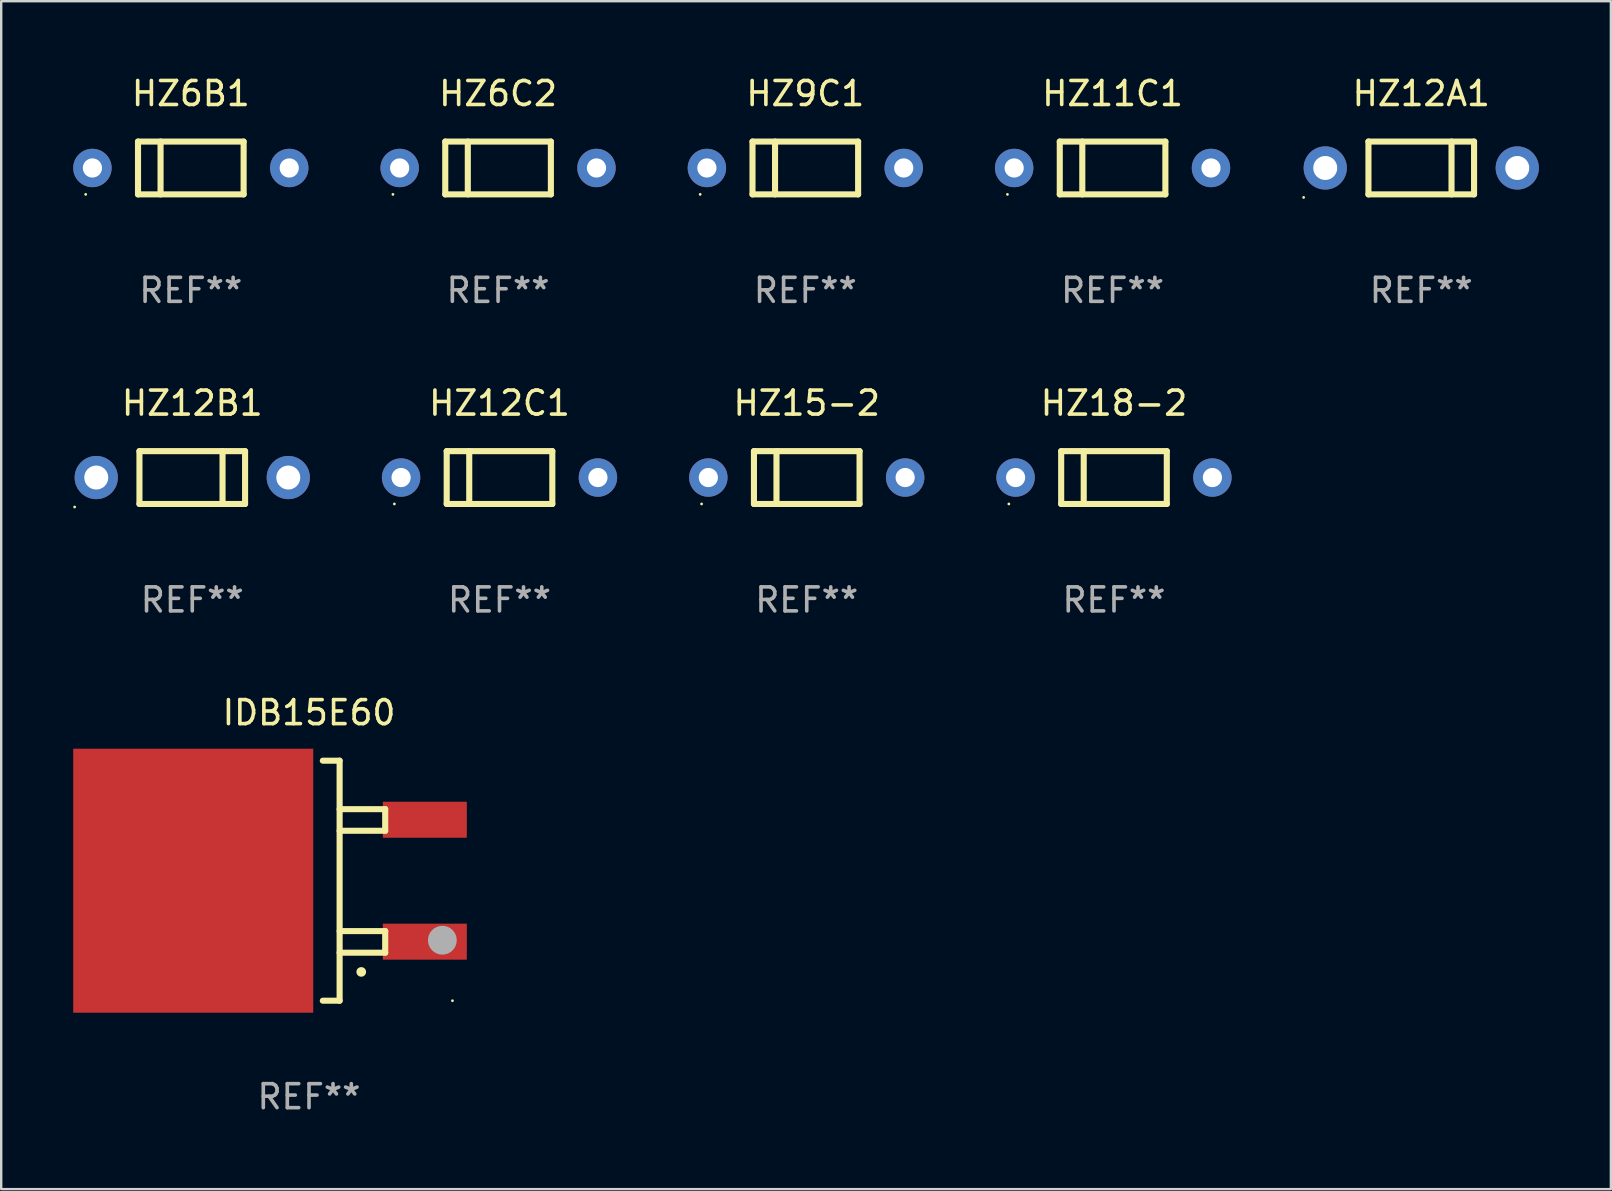
<source format=kicad_pcb>
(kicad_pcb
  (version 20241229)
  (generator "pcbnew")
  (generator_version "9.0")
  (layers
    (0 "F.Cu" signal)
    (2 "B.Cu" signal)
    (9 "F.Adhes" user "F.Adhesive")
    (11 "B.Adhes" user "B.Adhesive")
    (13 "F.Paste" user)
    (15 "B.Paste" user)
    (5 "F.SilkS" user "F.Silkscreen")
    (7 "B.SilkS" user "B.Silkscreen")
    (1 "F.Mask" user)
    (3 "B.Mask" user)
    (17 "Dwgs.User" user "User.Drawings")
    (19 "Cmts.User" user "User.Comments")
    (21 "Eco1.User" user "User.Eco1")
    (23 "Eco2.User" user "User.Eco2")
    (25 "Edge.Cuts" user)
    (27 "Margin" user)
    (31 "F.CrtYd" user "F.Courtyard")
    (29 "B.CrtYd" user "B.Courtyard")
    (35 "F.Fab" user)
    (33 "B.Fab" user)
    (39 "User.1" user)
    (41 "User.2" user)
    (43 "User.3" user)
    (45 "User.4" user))
  (footprint "IDB15E60"
    (layer "F.Cu")
    (at 9.824 33.641)
    (property "Reference" "IDB15E60" (at 0 -7 0) (layer "F.SilkS") (effects (font (size 1 1) (thickness 0.15))))
    (attr through_hole)
    (fp_line (start 0.575 -5) (end 1.275 -5) (stroke (width 0.254) (type solid)) (layer "F.SilkS"))
    (fp_line (start 1.275 -5) (end 1.275 5) (stroke (width 0.254) (type solid)) (layer "F.SilkS"))
    (fp_line (start 1.275 -2.08) (end 3.174 -2.08) (stroke (width 0.254) (type solid)) (layer "F.SilkS"))
    (fp_line (start 1.275 3) (end 3.174 3) (stroke (width 0.254) (type solid)) (layer "F.SilkS"))
    (fp_line (start 1.275 5) (end 0.575 5) (stroke (width 0.254) (type solid)) (layer "F.SilkS"))
    (fp_line (start 3.174 -2.98) (end 1.275 -2.98) (stroke (width 0.254) (type solid)) (layer "F.SilkS"))
    (fp_line (start 3.174 -2.08) (end 3.174 -2.98) (stroke (width 0.254) (type solid)) (layer "F.SilkS"))
    (fp_line (start 3.174 2.1) (end 1.275 2.1) (stroke (width 0.254) (type solid)) (layer "F.SilkS"))
    (fp_line (start 3.174 3) (end 3.174 2.1) (stroke (width 0.254) (type solid)) (layer "F.SilkS"))
    (fp_arc (start 2.174727 3.799835) (mid 2.175997 3.799831) (end 2.177267 3.799835) (stroke (width 0.4) (type solid)) (layer "F.SilkS"))
    (fp_circle (center 5.975 5) (end 6.005 5) (stroke (width 0.06) (type solid)) (fill no) (layer "F.SilkS"))
    (fp_circle (center 5.555 2.48) (end 5.855 2.48) (stroke (width 0.6) (type solid)) (fill no) (layer "F.Fab"))
    (fp_text user "REF**" (at 0 9 0) (layer "F.Fab") (effects (font (size 1 1) (thickness 0.15))))
    (pad "1" smd rect (at 4.824 2.54 270) (size 1.5 3.5) (layers "F.Cu" "F.Mask" "F.Paste"))
    (pad "3" smd rect (at 4.824 -2.54 270) (size 1.5 3.5) (layers "F.Cu" "F.Mask" "F.Paste"))
    (pad "4" smd rect (at -4.824 0.000089 270) (size 11 10) (layers "F.Cu" "F.Mask" "F.Paste")))
  (footprint "HZ12A1"
    (layer "F.Cu")
    (at 56.161 3.948)
    (property "Reference" "HZ12A1" (at 0 -3.1 0) (layer "F.SilkS") (effects (font (size 1 1) (thickness 0.15))))
    (attr through_hole)
    (fp_line (start -2.2 1.1) (end -2.2 -1.1) (stroke (width 0.254) (type solid)) (layer "F.SilkS"))
    (fp_line (start 1.261 1.1) (end 1.261 -1.1) (stroke (width 0.254) (type solid)) (layer "F.SilkS"))
    (fp_line (start 2.2 -1.1) (end -2.2 -1.1) (stroke (width 0.254) (type solid)) (layer "F.SilkS"))
    (fp_line (start 2.2 1.1) (end -2.2 1.1) (stroke (width 0.254) (type solid)) (layer "F.SilkS"))
    (fp_line (start 2.2 1.1) (end 2.2 -1.1) (stroke (width 0.254) (type solid)) (layer "F.SilkS"))
    (fp_circle (center -4.9 1.227) (end -4.87 1.227) (stroke (width 0.06) (type solid)) (fill no) (layer "F.SilkS"))
    (fp_text user "REF**" (at 0 5.1 0) (layer "F.Fab") (effects (font (size 1 1) (thickness 0.15))))
    (pad "1" thru_hole circle (at -4 0) (size 1.8 1.8) (drill 1) (layers "*.Cu" "*.Mask"))
    (pad "2" thru_hole circle (at 4 0) (size 1.8 1.8) (drill 1) (layers "*.Cu" "*.Mask")))
  (footprint "HZ18-2"
    (layer "F.Cu")
    (at 43.36 16.845)
    (property "Reference" "HZ18-2" (at 0 -3.1 0) (layer "F.SilkS") (effects (font (size 1 1) (thickness 0.15))))
    (attr through_hole)
    (fp_line (start -2.2 -1.1) (end -2.2 1.1) (stroke (width 0.254) (type solid)) (layer "F.SilkS"))
    (fp_line (start -2.2 -1.1) (end 2.2 -1.1) (stroke (width 0.254) (type solid)) (layer "F.SilkS"))
    (fp_line (start -2.2 1.1) (end 2.2 1.1) (stroke (width 0.254) (type solid)) (layer "F.SilkS"))
    (fp_line (start -1.261 -1.1) (end -1.261 1.1) (stroke (width 0.254) (type solid)) (layer "F.SilkS"))
    (fp_line (start 2.2 -1.1) (end 2.2 1.1) (stroke (width 0.254) (type solid)) (layer "F.SilkS"))
    (fp_circle (center -4.38 1.1) (end -4.35 1.1) (stroke (width 0.06) (type solid)) (fill no) (layer "F.SilkS"))
    (fp_text user "REF**" (at 0 5.1 0) (layer "F.Fab") (effects (font (size 1 1) (thickness 0.15))))
    (pad "1" thru_hole circle (at -4.1 0) (size 1.6 1.6) (drill 0.8) (layers "*.Cu" "*.Mask"))
    (pad "2" thru_hole circle (at 4.1 0) (size 1.6 1.6) (drill 0.8) (layers "*.Cu" "*.Mask")))
  (footprint "HZ6C2"
    (layer "F.Cu")
    (at 17.7 3.948)
    (property "Reference" "HZ6C2" (at 0 -3.1 0) (layer "F.SilkS") (effects (font (size 1 1) (thickness 0.15))))
    (attr through_hole)
    (fp_line (start -2.2 -1.1) (end -2.2 1.1) (stroke (width 0.254) (type solid)) (layer "F.SilkS"))
    (fp_line (start -2.2 -1.1) (end 2.2 -1.1) (stroke (width 0.254) (type solid)) (layer "F.SilkS"))
    (fp_line (start -2.2 1.1) (end 2.2 1.1) (stroke (width 0.254) (type solid)) (layer "F.SilkS"))
    (fp_line (start -1.261 -1.1) (end -1.261 1.1) (stroke (width 0.254) (type solid)) (layer "F.SilkS"))
    (fp_line (start 2.2 -1.1) (end 2.2 1.1) (stroke (width 0.254) (type solid)) (layer "F.SilkS"))
    (fp_circle (center -4.38 1.1) (end -4.35 1.1) (stroke (width 0.06) (type solid)) (fill no) (layer "F.SilkS"))
    (fp_text user "REF**" (at 0 5.1 0) (layer "F.Fab") (effects (font (size 1 1) (thickness 0.15))))
    (pad "1" thru_hole circle (at -4.1 0) (size 1.6 1.6) (drill 0.8) (layers "*.Cu" "*.Mask"))
    (pad "2" thru_hole circle (at 4.1 0) (size 1.6 1.6) (drill 0.8) (layers "*.Cu" "*.Mask")))
  (footprint "HZ12B1"
    (layer "F.Cu")
    (at 4.96 16.845)
    (property "Reference" "HZ12B1" (at 0 -3.1 0) (layer "F.SilkS") (effects (font (size 1 1) (thickness 0.15))))
    (attr through_hole)
    (fp_line (start -2.2 1.1) (end -2.2 -1.1) (stroke (width 0.254) (type solid)) (layer "F.SilkS"))
    (fp_line (start 1.261 1.1) (end 1.261 -1.1) (stroke (width 0.254) (type solid)) (layer "F.SilkS"))
    (fp_line (start 2.2 -1.1) (end -2.2 -1.1) (stroke (width 0.254) (type solid)) (layer "F.SilkS"))
    (fp_line (start 2.2 1.1) (end -2.2 1.1) (stroke (width 0.254) (type solid)) (layer "F.SilkS"))
    (fp_line (start 2.2 1.1) (end 2.2 -1.1) (stroke (width 0.254) (type solid)) (layer "F.SilkS"))
    (fp_circle (center -4.9 1.227) (end -4.87 1.227) (stroke (width 0.06) (type solid)) (fill no) (layer "F.SilkS"))
    (fp_text user "REF**" (at 0 5.1 0) (layer "F.Fab") (effects (font (size 1 1) (thickness 0.15))))
    (pad "1" thru_hole circle (at -4 0) (size 1.8 1.8) (drill 1) (layers "*.Cu" "*.Mask"))
    (pad "2" thru_hole circle (at 4 0) (size 1.8 1.8) (drill 1) (layers "*.Cu" "*.Mask")))
  (footprint "HZ6B1"
    (layer "F.Cu")
    (at 4.9 3.948)
    (property "Reference" "HZ6B1" (at 0 -3.1 0) (layer "F.SilkS") (effects (font (size 1 1) (thickness 0.15))))
    (attr through_hole)
    (fp_line (start -2.2 -1.1) (end -2.2 1.1) (stroke (width 0.254) (type solid)) (layer "F.SilkS"))
    (fp_line (start -2.2 -1.1) (end 2.2 -1.1) (stroke (width 0.254) (type solid)) (layer "F.SilkS"))
    (fp_line (start -2.2 1.1) (end 2.2 1.1) (stroke (width 0.254) (type solid)) (layer "F.SilkS"))
    (fp_line (start -1.261 -1.1) (end -1.261 1.1) (stroke (width 0.254) (type solid)) (layer "F.SilkS"))
    (fp_line (start 2.2 -1.1) (end 2.2 1.1) (stroke (width 0.254) (type solid)) (layer "F.SilkS"))
    (fp_circle (center -4.38 1.1) (end -4.35 1.1) (stroke (width 0.06) (type solid)) (fill no) (layer "F.SilkS"))
    (fp_text user "REF**" (at 0 5.1 0) (layer "F.Fab") (effects (font (size 1 1) (thickness 0.15))))
    (pad "1" thru_hole circle (at -4.1 0) (size 1.6 1.6) (drill 0.8) (layers "*.Cu" "*.Mask"))
    (pad "2" thru_hole circle (at 4.1 0) (size 1.6 1.6) (drill 0.8) (layers "*.Cu" "*.Mask")))
  (footprint "HZ9C1"
    (layer "F.Cu")
    (at 30.5 3.948)
    (property "Reference" "HZ9C1" (at 0 -3.1 0) (layer "F.SilkS") (effects (font (size 1 1) (thickness 0.15))))
    (attr through_hole)
    (fp_line (start -2.2 -1.1) (end -2.2 1.1) (stroke (width 0.254) (type solid)) (layer "F.SilkS"))
    (fp_line (start -2.2 -1.1) (end 2.2 -1.1) (stroke (width 0.254) (type solid)) (layer "F.SilkS"))
    (fp_line (start -2.2 1.1) (end 2.2 1.1) (stroke (width 0.254) (type solid)) (layer "F.SilkS"))
    (fp_line (start -1.261 -1.1) (end -1.261 1.1) (stroke (width 0.254) (type solid)) (layer "F.SilkS"))
    (fp_line (start 2.2 -1.1) (end 2.2 1.1) (stroke (width 0.254) (type solid)) (layer "F.SilkS"))
    (fp_circle (center -4.38 1.1) (end -4.35 1.1) (stroke (width 0.06) (type solid)) (fill no) (layer "F.SilkS"))
    (fp_text user "REF**" (at 0 5.1 0) (layer "F.Fab") (effects (font (size 1 1) (thickness 0.15))))
    (pad "1" thru_hole circle (at -4.1 0) (size 1.6 1.6) (drill 0.8) (layers "*.Cu" "*.Mask"))
    (pad "2" thru_hole circle (at 4.1 0) (size 1.6 1.6) (drill 0.8) (layers "*.Cu" "*.Mask")))
  (footprint "HZ12C1"
    (layer "F.Cu")
    (at 17.76 16.845)
    (property "Reference" "HZ12C1" (at 0 -3.1 0) (layer "F.SilkS") (effects (font (size 1 1) (thickness 0.15))))
    (attr through_hole)
    (fp_line (start -2.2 -1.1) (end -2.2 1.1) (stroke (width 0.254) (type solid)) (layer "F.SilkS"))
    (fp_line (start -2.2 -1.1) (end 2.2 -1.1) (stroke (width 0.254) (type solid)) (layer "F.SilkS"))
    (fp_line (start -2.2 1.1) (end 2.2 1.1) (stroke (width 0.254) (type solid)) (layer "F.SilkS"))
    (fp_line (start -1.261 -1.1) (end -1.261 1.1) (stroke (width 0.254) (type solid)) (layer "F.SilkS"))
    (fp_line (start 2.2 -1.1) (end 2.2 1.1) (stroke (width 0.254) (type solid)) (layer "F.SilkS"))
    (fp_circle (center -4.38 1.1) (end -4.35 1.1) (stroke (width 0.06) (type solid)) (fill no) (layer "F.SilkS"))
    (fp_text user "REF**" (at 0 5.1 0) (layer "F.Fab") (effects (font (size 1 1) (thickness 0.15))))
    (pad "1" thru_hole circle (at -4.1 0) (size 1.6 1.6) (drill 0.8) (layers "*.Cu" "*.Mask"))
    (pad "2" thru_hole circle (at 4.1 0) (size 1.6 1.6) (drill 0.8) (layers "*.Cu" "*.Mask")))
  (footprint "HZ11C1"
    (layer "F.Cu")
    (at 43.301 3.948)
    (property "Reference" "HZ11C1" (at 0 -3.1 0) (layer "F.SilkS") (effects (font (size 1 1) (thickness 0.15))))
    (attr through_hole)
    (fp_line (start -2.2 -1.1) (end -2.2 1.1) (stroke (width 0.254) (type solid)) (layer "F.SilkS"))
    (fp_line (start -2.2 -1.1) (end 2.2 -1.1) (stroke (width 0.254) (type solid)) (layer "F.SilkS"))
    (fp_line (start -2.2 1.1) (end 2.2 1.1) (stroke (width 0.254) (type solid)) (layer "F.SilkS"))
    (fp_line (start -1.261 -1.1) (end -1.261 1.1) (stroke (width 0.254) (type solid)) (layer "F.SilkS"))
    (fp_line (start 2.2 -1.1) (end 2.2 1.1) (stroke (width 0.254) (type solid)) (layer "F.SilkS"))
    (fp_circle (center -4.38 1.1) (end -4.35 1.1) (stroke (width 0.06) (type solid)) (fill no) (layer "F.SilkS"))
    (fp_text user "REF**" (at 0 5.1 0) (layer "F.Fab") (effects (font (size 1 1) (thickness 0.15))))
    (pad "1" thru_hole circle (at -4.1 0) (size 1.6 1.6) (drill 0.8) (layers "*.Cu" "*.Mask"))
    (pad "2" thru_hole circle (at 4.1 0) (size 1.6 1.6) (drill 0.8) (layers "*.Cu" "*.Mask")))
  (footprint "HZ15-2"
    (layer "F.Cu")
    (at 30.56 16.845)
    (property "Reference" "HZ15-2" (at 0 -3.1 0) (layer "F.SilkS") (effects (font (size 1 1) (thickness 0.15))))
    (attr through_hole)
    (fp_line (start -2.2 -1.1) (end -2.2 1.1) (stroke (width 0.254) (type solid)) (layer "F.SilkS"))
    (fp_line (start -2.2 -1.1) (end 2.2 -1.1) (stroke (width 0.254) (type solid)) (layer "F.SilkS"))
    (fp_line (start -2.2 1.1) (end 2.2 1.1) (stroke (width 0.254) (type solid)) (layer "F.SilkS"))
    (fp_line (start -1.261 -1.1) (end -1.261 1.1) (stroke (width 0.254) (type solid)) (layer "F.SilkS"))
    (fp_line (start 2.2 -1.1) (end 2.2 1.1) (stroke (width 0.254) (type solid)) (layer "F.SilkS"))
    (fp_circle (center -4.38 1.1) (end -4.35 1.1) (stroke (width 0.06) (type solid)) (fill no) (layer "F.SilkS"))
    (fp_text user "REF**" (at 0 5.1 0) (layer "F.Fab") (effects (font (size 1 1) (thickness 0.15))))
    (pad "1" thru_hole circle (at -4.1 0) (size 1.6 1.6) (drill 0.8) (layers "*.Cu" "*.Mask"))
    (pad "2" thru_hole circle (at 4.1 0) (size 1.6 1.6) (drill 0.8) (layers "*.Cu" "*.Mask")))
  (gr_rect
    (start -3 -3)
    (end 64.061 46.49)
    (stroke (width 0.1) (type default))
    (fill no)
    (layer "Edge.Cuts")))
</source>
